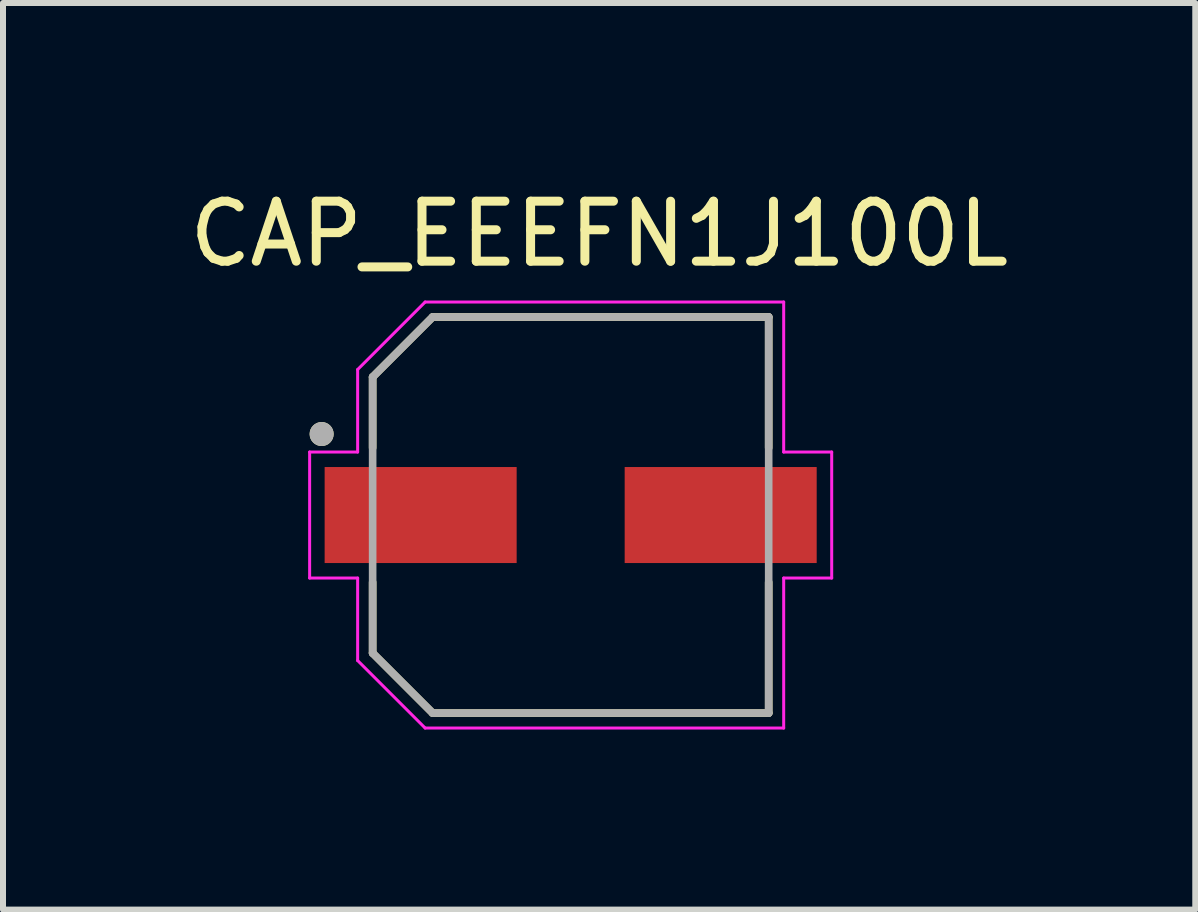
<source format=kicad_pcb>
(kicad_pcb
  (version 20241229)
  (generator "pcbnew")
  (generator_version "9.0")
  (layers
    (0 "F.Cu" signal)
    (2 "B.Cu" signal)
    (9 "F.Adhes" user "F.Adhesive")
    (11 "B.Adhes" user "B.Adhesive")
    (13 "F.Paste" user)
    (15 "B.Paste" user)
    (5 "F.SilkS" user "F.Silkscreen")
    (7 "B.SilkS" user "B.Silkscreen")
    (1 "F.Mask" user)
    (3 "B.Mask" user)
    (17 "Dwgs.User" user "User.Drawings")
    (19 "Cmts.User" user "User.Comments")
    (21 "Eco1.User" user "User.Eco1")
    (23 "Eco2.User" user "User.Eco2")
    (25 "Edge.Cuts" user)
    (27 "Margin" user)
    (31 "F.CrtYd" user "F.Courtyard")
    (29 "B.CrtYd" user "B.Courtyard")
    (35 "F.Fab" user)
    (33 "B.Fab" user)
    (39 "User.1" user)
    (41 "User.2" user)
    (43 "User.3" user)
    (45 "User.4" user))
  (footprint "CAP_EEEFN1J100L"
    (layer "F.Cu")
    (at 6.46 5.533)
    (property "Reference" "CAP_EEEFN1J100L" (at 0.475 -4.685 0) (layer "F.SilkS") (effects (font (size 1 1) (thickness 0.15))))
    (attr smd)
    (fp_line (start -3.3 -2.3) (end -3.3 -1.12) (stroke (width 0.127) (type solid)) (layer "F.SilkS"))
    (fp_line (start -3.3 1.12) (end -3.3 2.3) (stroke (width 0.127) (type solid)) (layer "F.SilkS"))
    (fp_line (start -3.3 2.3) (end -2.3 3.3) (stroke (width 0.127) (type solid)) (layer "F.SilkS"))
    (fp_line (start -2.3 -3.3) (end -3.3 -2.3) (stroke (width 0.127) (type solid)) (layer "F.SilkS"))
    (fp_line (start -2.3 3.3) (end 3.3 3.3) (stroke (width 0.127) (type solid)) (layer "F.SilkS"))
    (fp_line (start 3.3 -3.3) (end -2.3 -3.3) (stroke (width 0.127) (type solid)) (layer "F.SilkS"))
    (fp_line (start 3.3 -1.12) (end 3.3 -3.3) (stroke (width 0.127) (type solid)) (layer "F.SilkS"))
    (fp_line (start 3.3 3.3) (end 3.3 1.12) (stroke (width 0.127) (type solid)) (layer "F.SilkS"))
    (fp_circle (center -4.15 -1.35) (end -4.05 -1.35) (stroke (width 0.2) (type solid)) (fill no) (layer "F.SilkS"))
    (fp_line (start -4.35 -1.05) (end -3.55 -1.05) (stroke (width 0.05) (type solid)) (layer "F.CrtYd"))
    (fp_line (start -4.35 1.05) (end -4.35 -1.05) (stroke (width 0.05) (type solid)) (layer "F.CrtYd"))
    (fp_line (start -3.55 -2.425) (end -2.425 -3.55) (stroke (width 0.05) (type solid)) (layer "F.CrtYd"))
    (fp_line (start -3.55 -1.05) (end -3.55 -2.425) (stroke (width 0.05) (type solid)) (layer "F.CrtYd"))
    (fp_line (start -3.55 1.05) (end -4.35 1.05) (stroke (width 0.05) (type solid)) (layer "F.CrtYd"))
    (fp_line (start -3.55 2.425) (end -3.55 1.05) (stroke (width 0.05) (type solid)) (layer "F.CrtYd"))
    (fp_line (start -2.425 -3.55) (end 3.55 -3.55) (stroke (width 0.05) (type solid)) (layer "F.CrtYd"))
    (fp_line (start -2.425 3.55) (end -3.55 2.425) (stroke (width 0.05) (type solid)) (layer "F.CrtYd"))
    (fp_line (start 3.55 -3.55) (end 3.55 -1.05) (stroke (width 0.05) (type solid)) (layer "F.CrtYd"))
    (fp_line (start 3.55 -1.05) (end 4.35 -1.05) (stroke (width 0.05) (type solid)) (layer "F.CrtYd"))
    (fp_line (start 3.55 1.05) (end 3.55 3.55) (stroke (width 0.05) (type solid)) (layer "F.CrtYd"))
    (fp_line (start 3.55 3.55) (end -2.425 3.55) (stroke (width 0.05) (type solid)) (layer "F.CrtYd"))
    (fp_line (start 4.35 -1.05) (end 4.35 1.05) (stroke (width 0.05) (type solid)) (layer "F.CrtYd"))
    (fp_line (start 4.35 1.05) (end 3.55 1.05) (stroke (width 0.05) (type solid)) (layer "F.CrtYd"))
    (fp_line (start -3.3 -2.3) (end -3.3 2.3) (stroke (width 0.127) (type solid)) (layer "F.Fab"))
    (fp_line (start -3.3 2.3) (end -2.3 3.3) (stroke (width 0.127) (type solid)) (layer "F.Fab"))
    (fp_line (start -2.3 -3.3) (end -3.3 -2.3) (stroke (width 0.127) (type solid)) (layer "F.Fab"))
    (fp_line (start -2.3 3.3) (end 3.3 3.3) (stroke (width 0.127) (type solid)) (layer "F.Fab"))
    (fp_line (start 3.3 -3.3) (end -2.3 -3.3) (stroke (width 0.127) (type solid)) (layer "F.Fab"))
    (fp_line (start 3.3 3.3) (end 3.3 -3.3) (stroke (width 0.127) (type solid)) (layer "F.Fab"))
    (fp_circle (center -4.15 -1.35) (end -4.05 -1.35) (stroke (width 0.2) (type solid)) (fill no) (layer "F.Fab"))
    (pad "1" smd rect (at -2.5 0) (size 3.2 1.6) (layers "F.Cu" "F.Mask" "F.Paste"))
    (pad "2" smd rect (at 2.5 0) (size 3.2 1.6) (layers "F.Cu" "F.Mask" "F.Paste")))
  (gr_rect
    (start -3 -3)
    (end 16.869 12.108)
    (stroke (width 0.1) (type default))
    (fill no)
    (layer "Edge.Cuts")))
</source>
